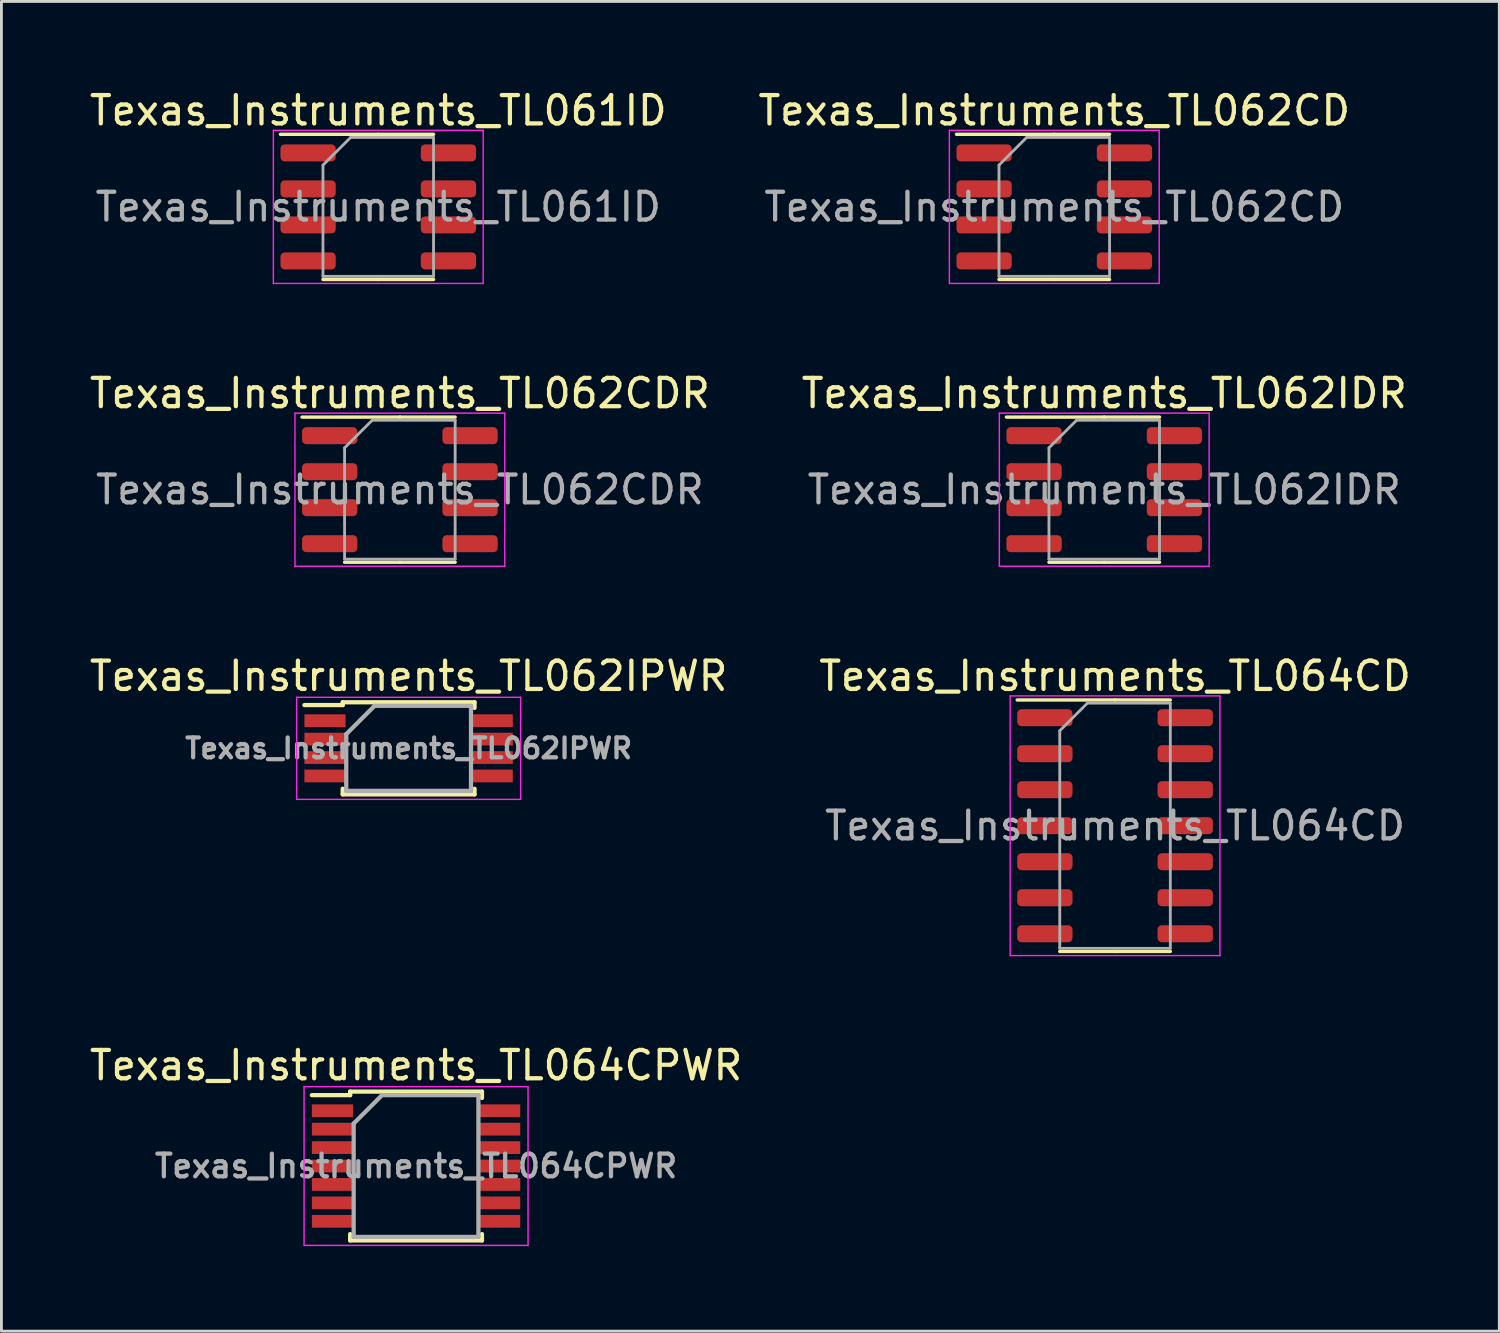
<source format=kicad_pcb>
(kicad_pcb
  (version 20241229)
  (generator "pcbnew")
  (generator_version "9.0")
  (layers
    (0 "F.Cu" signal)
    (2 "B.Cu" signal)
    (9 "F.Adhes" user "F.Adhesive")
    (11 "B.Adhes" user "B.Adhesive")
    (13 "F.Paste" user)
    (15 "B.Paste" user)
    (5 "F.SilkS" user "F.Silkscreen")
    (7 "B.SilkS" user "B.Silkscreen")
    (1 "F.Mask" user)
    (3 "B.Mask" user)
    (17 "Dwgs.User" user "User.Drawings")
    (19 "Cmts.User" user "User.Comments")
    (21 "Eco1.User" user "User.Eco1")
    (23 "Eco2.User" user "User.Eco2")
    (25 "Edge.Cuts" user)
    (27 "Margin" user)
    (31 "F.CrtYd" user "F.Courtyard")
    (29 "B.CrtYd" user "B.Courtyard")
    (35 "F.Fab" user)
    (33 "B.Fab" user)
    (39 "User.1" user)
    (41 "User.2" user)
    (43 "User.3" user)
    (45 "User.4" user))
  (footprint "Texas_Instruments_TL062IDR"
    (layer "F.Cu")
    (at 35.899 14.222)
    (property "Reference" "Texas_Instruments_TL062IDR" (at 0 -3.4 0) (layer "F.SilkS") (effects (font (size 1 1) (thickness 0.15))))
    (attr smd)
    (fp_line (start 0 -2.56) (end -3.45 -2.56) (stroke (width 0.12) (type solid)) (layer "F.SilkS"))
    (fp_line (start 0 -2.56) (end 1.95 -2.56) (stroke (width 0.12) (type solid)) (layer "F.SilkS"))
    (fp_line (start 0 2.56) (end -1.95 2.56) (stroke (width 0.12) (type solid)) (layer "F.SilkS"))
    (fp_line (start 0 2.56) (end 1.95 2.56) (stroke (width 0.12) (type solid)) (layer "F.SilkS"))
    (fp_line (start -3.7 -2.7) (end -3.7 2.7) (stroke (width 0.05) (type solid)) (layer "F.CrtYd"))
    (fp_line (start -3.7 2.7) (end 3.7 2.7) (stroke (width 0.05) (type solid)) (layer "F.CrtYd"))
    (fp_line (start 3.7 -2.7) (end -3.7 -2.7) (stroke (width 0.05) (type solid)) (layer "F.CrtYd"))
    (fp_line (start 3.7 2.7) (end 3.7 -2.7) (stroke (width 0.05) (type solid)) (layer "F.CrtYd"))
    (fp_line (start -1.95 -1.475) (end -0.975 -2.45) (stroke (width 0.1) (type solid)) (layer "F.Fab"))
    (fp_line (start -1.95 2.45) (end -1.95 -1.475) (stroke (width 0.1) (type solid)) (layer "F.Fab"))
    (fp_line (start -0.975 -2.45) (end 1.95 -2.45) (stroke (width 0.1) (type solid)) (layer "F.Fab"))
    (fp_line (start 1.95 -2.45) (end 1.95 2.45) (stroke (width 0.1) (type solid)) (layer "F.Fab"))
    (fp_line (start 1.95 2.45) (end -1.95 2.45) (stroke (width 0.1) (type solid)) (layer "F.Fab"))
    (fp_text user "${REFERENCE}" (at 0 0 0) (layer "F.Fab") (effects (font (size 0.98 0.98) (thickness 0.15))))
    (pad "1" smd roundrect (at -2.475 -1.905) (size 1.95 0.6) (layers "F.Cu" "F.Mask" "F.Paste") (roundrect_rratio 0.25))
    (pad "2" smd roundrect (at -2.475 -0.635) (size 1.95 0.6) (layers "F.Cu" "F.Mask" "F.Paste") (roundrect_rratio 0.25))
    (pad "3" smd roundrect (at -2.475 0.635) (size 1.95 0.6) (layers "F.Cu" "F.Mask" "F.Paste") (roundrect_rratio 0.25))
    (pad "4" smd roundrect (at -2.475 1.905) (size 1.95 0.6) (layers "F.Cu" "F.Mask" "F.Paste") (roundrect_rratio 0.25))
    (pad "5" smd roundrect (at 2.475 1.905) (size 1.95 0.6) (layers "F.Cu" "F.Mask" "F.Paste") (roundrect_rratio 0.25))
    (pad "6" smd roundrect (at 2.475 0.635) (size 1.95 0.6) (layers "F.Cu" "F.Mask" "F.Paste") (roundrect_rratio 0.25))
    (pad "7" smd roundrect (at 2.475 -0.635) (size 1.95 0.6) (layers "F.Cu" "F.Mask" "F.Paste") (roundrect_rratio 0.25))
    (pad "8" smd roundrect (at 2.475 -1.905) (size 1.95 0.6) (layers "F.Cu" "F.Mask" "F.Paste") (roundrect_rratio 0.25)))
  (footprint "Texas_Instruments_TL064CPWR"
    (layer "F.Cu")
    (at 11.625 38.078)
    (property "Reference" "Texas_Instruments_TL064CPWR" (at 0 -3.55 0) (layer "F.SilkS") (effects (font (size 1 1) (thickness 0.15))))
    (attr smd)
    (fp_line (start -2.325 -2.625) (end -2.325 -2.5) (stroke (width 0.15) (type solid)) (layer "F.SilkS"))
    (fp_line (start -2.325 -2.625) (end 2.325 -2.625) (stroke (width 0.15) (type solid)) (layer "F.SilkS"))
    (fp_line (start -2.325 -2.5) (end -3.675 -2.5) (stroke (width 0.15) (type solid)) (layer "F.SilkS"))
    (fp_line (start -2.325 2.625) (end -2.325 2.4) (stroke (width 0.15) (type solid)) (layer "F.SilkS"))
    (fp_line (start -2.325 2.625) (end 2.325 2.625) (stroke (width 0.15) (type solid)) (layer "F.SilkS"))
    (fp_line (start 2.325 -2.625) (end 2.325 -2.4) (stroke (width 0.15) (type solid)) (layer "F.SilkS"))
    (fp_line (start 2.325 2.625) (end 2.325 2.4) (stroke (width 0.15) (type solid)) (layer "F.SilkS"))
    (fp_line (start -3.95 -2.8) (end -3.95 2.8) (stroke (width 0.05) (type solid)) (layer "F.CrtYd"))
    (fp_line (start -3.95 -2.8) (end 3.95 -2.8) (stroke (width 0.05) (type solid)) (layer "F.CrtYd"))
    (fp_line (start -3.95 2.8) (end 3.95 2.8) (stroke (width 0.05) (type solid)) (layer "F.CrtYd"))
    (fp_line (start 3.95 -2.8) (end 3.95 2.8) (stroke (width 0.05) (type solid)) (layer "F.CrtYd"))
    (fp_line (start -2.2 -1.5) (end -1.2 -2.5) (stroke (width 0.15) (type solid)) (layer "F.Fab"))
    (fp_line (start -2.2 2.5) (end -2.2 -1.5) (stroke (width 0.15) (type solid)) (layer "F.Fab"))
    (fp_line (start -1.2 -2.5) (end 2.2 -2.5) (stroke (width 0.15) (type solid)) (layer "F.Fab"))
    (fp_line (start 2.2 -2.5) (end 2.2 2.5) (stroke (width 0.15) (type solid)) (layer "F.Fab"))
    (fp_line (start 2.2 2.5) (end -2.2 2.5) (stroke (width 0.15) (type solid)) (layer "F.Fab"))
    (fp_text user "${REFERENCE}" (at 0 0 0) (layer "F.Fab") (effects (font (size 0.8 0.8) (thickness 0.15))))
    (pad "1" smd rect (at -2.95 -1.95) (size 1.45 0.45) (layers "F.Cu" "F.Mask" "F.Paste"))
    (pad "2" smd rect (at -2.95 -1.3) (size 1.45 0.45) (layers "F.Cu" "F.Mask" "F.Paste"))
    (pad "3" smd rect (at -2.95 -0.65) (size 1.45 0.45) (layers "F.Cu" "F.Mask" "F.Paste"))
    (pad "4" smd rect (at -2.95 0) (size 1.45 0.45) (layers "F.Cu" "F.Mask" "F.Paste"))
    (pad "5" smd rect (at -2.95 0.65) (size 1.45 0.45) (layers "F.Cu" "F.Mask" "F.Paste"))
    (pad "6" smd rect (at -2.95 1.3) (size 1.45 0.45) (layers "F.Cu" "F.Mask" "F.Paste"))
    (pad "7" smd rect (at -2.95 1.95) (size 1.45 0.45) (layers "F.Cu" "F.Mask" "F.Paste"))
    (pad "8" smd rect (at 2.95 1.95) (size 1.45 0.45) (layers "F.Cu" "F.Mask" "F.Paste"))
    (pad "9" smd rect (at 2.95 1.3) (size 1.45 0.45) (layers "F.Cu" "F.Mask" "F.Paste"))
    (pad "10" smd rect (at 2.95 0.65) (size 1.45 0.45) (layers "F.Cu" "F.Mask" "F.Paste"))
    (pad "11" smd rect (at 2.95 0) (size 1.45 0.45) (layers "F.Cu" "F.Mask" "F.Paste"))
    (pad "12" smd rect (at 2.95 -0.65) (size 1.45 0.45) (layers "F.Cu" "F.Mask" "F.Paste"))
    (pad "13" smd rect (at 2.95 -1.3) (size 1.45 0.45) (layers "F.Cu" "F.Mask" "F.Paste"))
    (pad "14" smd rect (at 2.95 -1.95) (size 1.45 0.45) (layers "F.Cu" "F.Mask" "F.Paste")))
  (footprint "Texas_Instruments_TL062IPWR"
    (layer "F.Cu")
    (at 11.363 23.345)
    (property "Reference" "Texas_Instruments_TL062IPWR" (at 0 -2.55 0) (layer "F.SilkS") (effects (font (size 1 1) (thickness 0.15))))
    (attr smd)
    (fp_line (start -2.325 -1.625) (end -2.325 -1.525) (stroke (width 0.15) (type solid)) (layer "F.SilkS"))
    (fp_line (start -2.325 -1.625) (end 2.325 -1.625) (stroke (width 0.15) (type solid)) (layer "F.SilkS"))
    (fp_line (start -2.325 -1.525) (end -3.675 -1.525) (stroke (width 0.15) (type solid)) (layer "F.SilkS"))
    (fp_line (start -2.325 1.625) (end -2.325 1.425) (stroke (width 0.15) (type solid)) (layer "F.SilkS"))
    (fp_line (start -2.325 1.625) (end 2.325 1.625) (stroke (width 0.15) (type solid)) (layer "F.SilkS"))
    (fp_line (start 2.325 -1.625) (end 2.325 -1.425) (stroke (width 0.15) (type solid)) (layer "F.SilkS"))
    (fp_line (start 2.325 1.625) (end 2.325 1.425) (stroke (width 0.15) (type solid)) (layer "F.SilkS"))
    (fp_line (start -3.95 -1.8) (end -3.95 1.8) (stroke (width 0.05) (type solid)) (layer "F.CrtYd"))
    (fp_line (start -3.95 -1.8) (end 3.95 -1.8) (stroke (width 0.05) (type solid)) (layer "F.CrtYd"))
    (fp_line (start -3.95 1.8) (end 3.95 1.8) (stroke (width 0.05) (type solid)) (layer "F.CrtYd"))
    (fp_line (start 3.95 -1.8) (end 3.95 1.8) (stroke (width 0.05) (type solid)) (layer "F.CrtYd"))
    (fp_line (start -2.2 -0.5) (end -1.2 -1.5) (stroke (width 0.15) (type solid)) (layer "F.Fab"))
    (fp_line (start -2.2 1.5) (end -2.2 -0.5) (stroke (width 0.15) (type solid)) (layer "F.Fab"))
    (fp_line (start -1.2 -1.5) (end 2.2 -1.5) (stroke (width 0.15) (type solid)) (layer "F.Fab"))
    (fp_line (start 2.2 -1.5) (end 2.2 1.5) (stroke (width 0.15) (type solid)) (layer "F.Fab"))
    (fp_line (start 2.2 1.5) (end -2.2 1.5) (stroke (width 0.15) (type solid)) (layer "F.Fab"))
    (fp_text user "${REFERENCE}" (at 0 0 0) (layer "F.Fab") (effects (font (size 0.7 0.7) (thickness 0.15))))
    (pad "1" smd rect (at -2.95 -0.975) (size 1.45 0.45) (layers "F.Cu" "F.Mask" "F.Paste"))
    (pad "2" smd rect (at -2.95 -0.325) (size 1.45 0.45) (layers "F.Cu" "F.Mask" "F.Paste"))
    (pad "3" smd rect (at -2.95 0.325) (size 1.45 0.45) (layers "F.Cu" "F.Mask" "F.Paste"))
    (pad "4" smd rect (at -2.95 0.975) (size 1.45 0.45) (layers "F.Cu" "F.Mask" "F.Paste"))
    (pad "5" smd rect (at 2.95 0.975) (size 1.45 0.45) (layers "F.Cu" "F.Mask" "F.Paste"))
    (pad "6" smd rect (at 2.95 0.325) (size 1.45 0.45) (layers "F.Cu" "F.Mask" "F.Paste"))
    (pad "7" smd rect (at 2.95 -0.325) (size 1.45 0.45) (layers "F.Cu" "F.Mask" "F.Paste"))
    (pad "8" smd rect (at 2.95 -0.975) (size 1.45 0.45) (layers "F.Cu" "F.Mask" "F.Paste")))
  (footprint "Texas_Instruments_TL064CD"
    (layer "F.Cu")
    (at 36.28 26.075)
    (property "Reference" "Texas_Instruments_TL064CD" (at 0 -5.28 0) (layer "F.SilkS") (effects (font (size 1 1) (thickness 0.15))))
    (attr smd)
    (fp_line (start 0 -4.435) (end -3.45 -4.435) (stroke (width 0.12) (type solid)) (layer "F.SilkS"))
    (fp_line (start 0 -4.435) (end 1.95 -4.435) (stroke (width 0.12) (type solid)) (layer "F.SilkS"))
    (fp_line (start 0 4.435) (end -1.95 4.435) (stroke (width 0.12) (type solid)) (layer "F.SilkS"))
    (fp_line (start 0 4.435) (end 1.95 4.435) (stroke (width 0.12) (type solid)) (layer "F.SilkS"))
    (fp_line (start -3.7 -4.58) (end -3.7 4.58) (stroke (width 0.05) (type solid)) (layer "F.CrtYd"))
    (fp_line (start -3.7 4.58) (end 3.7 4.58) (stroke (width 0.05) (type solid)) (layer "F.CrtYd"))
    (fp_line (start 3.7 -4.58) (end -3.7 -4.58) (stroke (width 0.05) (type solid)) (layer "F.CrtYd"))
    (fp_line (start 3.7 4.58) (end 3.7 -4.58) (stroke (width 0.05) (type solid)) (layer "F.CrtYd"))
    (fp_line (start -1.95 -3.35) (end -0.975 -4.325) (stroke (width 0.1) (type solid)) (layer "F.Fab"))
    (fp_line (start -1.95 4.325) (end -1.95 -3.35) (stroke (width 0.1) (type solid)) (layer "F.Fab"))
    (fp_line (start -0.975 -4.325) (end 1.95 -4.325) (stroke (width 0.1) (type solid)) (layer "F.Fab"))
    (fp_line (start 1.95 -4.325) (end 1.95 4.325) (stroke (width 0.1) (type solid)) (layer "F.Fab"))
    (fp_line (start 1.95 4.325) (end -1.95 4.325) (stroke (width 0.1) (type solid)) (layer "F.Fab"))
    (fp_text user "${REFERENCE}" (at 0 0 0) (layer "F.Fab") (effects (font (size 0.98 0.98) (thickness 0.15))))
    (pad "1" smd roundrect (at -2.475 -3.81) (size 1.95 0.6) (layers "F.Cu" "F.Mask" "F.Paste") (roundrect_rratio 0.25))
    (pad "2" smd roundrect (at -2.475 -2.54) (size 1.95 0.6) (layers "F.Cu" "F.Mask" "F.Paste") (roundrect_rratio 0.25))
    (pad "3" smd roundrect (at -2.475 -1.27) (size 1.95 0.6) (layers "F.Cu" "F.Mask" "F.Paste") (roundrect_rratio 0.25))
    (pad "4" smd roundrect (at -2.475 0) (size 1.95 0.6) (layers "F.Cu" "F.Mask" "F.Paste") (roundrect_rratio 0.25))
    (pad "5" smd roundrect (at -2.475 1.27) (size 1.95 0.6) (layers "F.Cu" "F.Mask" "F.Paste") (roundrect_rratio 0.25))
    (pad "6" smd roundrect (at -2.475 2.54) (size 1.95 0.6) (layers "F.Cu" "F.Mask" "F.Paste") (roundrect_rratio 0.25))
    (pad "7" smd roundrect (at -2.475 3.81) (size 1.95 0.6) (layers "F.Cu" "F.Mask" "F.Paste") (roundrect_rratio 0.25))
    (pad "8" smd roundrect (at 2.475 3.81) (size 1.95 0.6) (layers "F.Cu" "F.Mask" "F.Paste") (roundrect_rratio 0.25))
    (pad "9" smd roundrect (at 2.475 2.54) (size 1.95 0.6) (layers "F.Cu" "F.Mask" "F.Paste") (roundrect_rratio 0.25))
    (pad "10" smd roundrect (at 2.475 1.27) (size 1.95 0.6) (layers "F.Cu" "F.Mask" "F.Paste") (roundrect_rratio 0.25))
    (pad "11" smd roundrect (at 2.475 0) (size 1.95 0.6) (layers "F.Cu" "F.Mask" "F.Paste") (roundrect_rratio 0.25))
    (pad "12" smd roundrect (at 2.475 -1.27) (size 1.95 0.6) (layers "F.Cu" "F.Mask" "F.Paste") (roundrect_rratio 0.25))
    (pad "13" smd roundrect (at 2.475 -2.54) (size 1.95 0.6) (layers "F.Cu" "F.Mask" "F.Paste") (roundrect_rratio 0.25))
    (pad "14" smd roundrect (at 2.475 -3.81) (size 1.95 0.6) (layers "F.Cu" "F.Mask" "F.Paste") (roundrect_rratio 0.25)))
  (footprint "Texas_Instruments_TL061ID"
    (layer "F.Cu")
    (at 10.292 4.248)
    (property "Reference" "Texas_Instruments_TL061ID" (at 0 -3.4 0) (layer "F.SilkS") (effects (font (size 1 1) (thickness 0.15))))
    (attr smd)
    (fp_line (start 0 -2.56) (end -3.45 -2.56) (stroke (width 0.12) (type solid)) (layer "F.SilkS"))
    (fp_line (start 0 -2.56) (end 1.95 -2.56) (stroke (width 0.12) (type solid)) (layer "F.SilkS"))
    (fp_line (start 0 2.56) (end -1.95 2.56) (stroke (width 0.12) (type solid)) (layer "F.SilkS"))
    (fp_line (start 0 2.56) (end 1.95 2.56) (stroke (width 0.12) (type solid)) (layer "F.SilkS"))
    (fp_line (start -3.7 -2.7) (end -3.7 2.7) (stroke (width 0.05) (type solid)) (layer "F.CrtYd"))
    (fp_line (start -3.7 2.7) (end 3.7 2.7) (stroke (width 0.05) (type solid)) (layer "F.CrtYd"))
    (fp_line (start 3.7 -2.7) (end -3.7 -2.7) (stroke (width 0.05) (type solid)) (layer "F.CrtYd"))
    (fp_line (start 3.7 2.7) (end 3.7 -2.7) (stroke (width 0.05) (type solid)) (layer "F.CrtYd"))
    (fp_line (start -1.95 -1.475) (end -0.975 -2.45) (stroke (width 0.1) (type solid)) (layer "F.Fab"))
    (fp_line (start -1.95 2.45) (end -1.95 -1.475) (stroke (width 0.1) (type solid)) (layer "F.Fab"))
    (fp_line (start -0.975 -2.45) (end 1.95 -2.45) (stroke (width 0.1) (type solid)) (layer "F.Fab"))
    (fp_line (start 1.95 -2.45) (end 1.95 2.45) (stroke (width 0.1) (type solid)) (layer "F.Fab"))
    (fp_line (start 1.95 2.45) (end -1.95 2.45) (stroke (width 0.1) (type solid)) (layer "F.Fab"))
    (fp_text user "${REFERENCE}" (at 0 0 0) (layer "F.Fab") (effects (font (size 0.98 0.98) (thickness 0.15))))
    (pad "1" smd roundrect (at -2.475 -1.905) (size 1.95 0.6) (layers "F.Cu" "F.Mask" "F.Paste") (roundrect_rratio 0.25))
    (pad "2" smd roundrect (at -2.475 -0.635) (size 1.95 0.6) (layers "F.Cu" "F.Mask" "F.Paste") (roundrect_rratio 0.25))
    (pad "3" smd roundrect (at -2.475 0.635) (size 1.95 0.6) (layers "F.Cu" "F.Mask" "F.Paste") (roundrect_rratio 0.25))
    (pad "4" smd roundrect (at -2.475 1.905) (size 1.95 0.6) (layers "F.Cu" "F.Mask" "F.Paste") (roundrect_rratio 0.25))
    (pad "5" smd roundrect (at 2.475 1.905) (size 1.95 0.6) (layers "F.Cu" "F.Mask" "F.Paste") (roundrect_rratio 0.25))
    (pad "6" smd roundrect (at 2.475 0.635) (size 1.95 0.6) (layers "F.Cu" "F.Mask" "F.Paste") (roundrect_rratio 0.25))
    (pad "7" smd roundrect (at 2.475 -0.635) (size 1.95 0.6) (layers "F.Cu" "F.Mask" "F.Paste") (roundrect_rratio 0.25))
    (pad "8" smd roundrect (at 2.475 -1.905) (size 1.95 0.6) (layers "F.Cu" "F.Mask" "F.Paste") (roundrect_rratio 0.25)))
  (footprint "Texas_Instruments_TL062CD"
    (layer "F.Cu")
    (at 34.137 4.248)
    (property "Reference" "Texas_Instruments_TL062CD" (at 0 -3.4 0) (layer "F.SilkS") (effects (font (size 1 1) (thickness 0.15))))
    (attr smd)
    (fp_line (start 0 -2.56) (end -3.45 -2.56) (stroke (width 0.12) (type solid)) (layer "F.SilkS"))
    (fp_line (start 0 -2.56) (end 1.95 -2.56) (stroke (width 0.12) (type solid)) (layer "F.SilkS"))
    (fp_line (start 0 2.56) (end -1.95 2.56) (stroke (width 0.12) (type solid)) (layer "F.SilkS"))
    (fp_line (start 0 2.56) (end 1.95 2.56) (stroke (width 0.12) (type solid)) (layer "F.SilkS"))
    (fp_line (start -3.7 -2.7) (end -3.7 2.7) (stroke (width 0.05) (type solid)) (layer "F.CrtYd"))
    (fp_line (start -3.7 2.7) (end 3.7 2.7) (stroke (width 0.05) (type solid)) (layer "F.CrtYd"))
    (fp_line (start 3.7 -2.7) (end -3.7 -2.7) (stroke (width 0.05) (type solid)) (layer "F.CrtYd"))
    (fp_line (start 3.7 2.7) (end 3.7 -2.7) (stroke (width 0.05) (type solid)) (layer "F.CrtYd"))
    (fp_line (start -1.95 -1.475) (end -0.975 -2.45) (stroke (width 0.1) (type solid)) (layer "F.Fab"))
    (fp_line (start -1.95 2.45) (end -1.95 -1.475) (stroke (width 0.1) (type solid)) (layer "F.Fab"))
    (fp_line (start -0.975 -2.45) (end 1.95 -2.45) (stroke (width 0.1) (type solid)) (layer "F.Fab"))
    (fp_line (start 1.95 -2.45) (end 1.95 2.45) (stroke (width 0.1) (type solid)) (layer "F.Fab"))
    (fp_line (start 1.95 2.45) (end -1.95 2.45) (stroke (width 0.1) (type solid)) (layer "F.Fab"))
    (fp_text user "${REFERENCE}" (at 0 0 0) (layer "F.Fab") (effects (font (size 0.98 0.98) (thickness 0.15))))
    (pad "1" smd roundrect (at -2.475 -1.905) (size 1.95 0.6) (layers "F.Cu" "F.Mask" "F.Paste") (roundrect_rratio 0.25))
    (pad "2" smd roundrect (at -2.475 -0.635) (size 1.95 0.6) (layers "F.Cu" "F.Mask" "F.Paste") (roundrect_rratio 0.25))
    (pad "3" smd roundrect (at -2.475 0.635) (size 1.95 0.6) (layers "F.Cu" "F.Mask" "F.Paste") (roundrect_rratio 0.25))
    (pad "4" smd roundrect (at -2.475 1.905) (size 1.95 0.6) (layers "F.Cu" "F.Mask" "F.Paste") (roundrect_rratio 0.25))
    (pad "5" smd roundrect (at 2.475 1.905) (size 1.95 0.6) (layers "F.Cu" "F.Mask" "F.Paste") (roundrect_rratio 0.25))
    (pad "6" smd roundrect (at 2.475 0.635) (size 1.95 0.6) (layers "F.Cu" "F.Mask" "F.Paste") (roundrect_rratio 0.25))
    (pad "7" smd roundrect (at 2.475 -0.635) (size 1.95 0.6) (layers "F.Cu" "F.Mask" "F.Paste") (roundrect_rratio 0.25))
    (pad "8" smd roundrect (at 2.475 -1.905) (size 1.95 0.6) (layers "F.Cu" "F.Mask" "F.Paste") (roundrect_rratio 0.25)))
  (footprint "Texas_Instruments_TL062CDR"
    (layer "F.Cu")
    (at 11.054 14.222)
    (property "Reference" "Texas_Instruments_TL062CDR" (at 0 -3.4 0) (layer "F.SilkS") (effects (font (size 1 1) (thickness 0.15))))
    (attr smd)
    (fp_line (start 0 -2.56) (end -3.45 -2.56) (stroke (width 0.12) (type solid)) (layer "F.SilkS"))
    (fp_line (start 0 -2.56) (end 1.95 -2.56) (stroke (width 0.12) (type solid)) (layer "F.SilkS"))
    (fp_line (start 0 2.56) (end -1.95 2.56) (stroke (width 0.12) (type solid)) (layer "F.SilkS"))
    (fp_line (start 0 2.56) (end 1.95 2.56) (stroke (width 0.12) (type solid)) (layer "F.SilkS"))
    (fp_line (start -3.7 -2.7) (end -3.7 2.7) (stroke (width 0.05) (type solid)) (layer "F.CrtYd"))
    (fp_line (start -3.7 2.7) (end 3.7 2.7) (stroke (width 0.05) (type solid)) (layer "F.CrtYd"))
    (fp_line (start 3.7 -2.7) (end -3.7 -2.7) (stroke (width 0.05) (type solid)) (layer "F.CrtYd"))
    (fp_line (start 3.7 2.7) (end 3.7 -2.7) (stroke (width 0.05) (type solid)) (layer "F.CrtYd"))
    (fp_line (start -1.95 -1.475) (end -0.975 -2.45) (stroke (width 0.1) (type solid)) (layer "F.Fab"))
    (fp_line (start -1.95 2.45) (end -1.95 -1.475) (stroke (width 0.1) (type solid)) (layer "F.Fab"))
    (fp_line (start -0.975 -2.45) (end 1.95 -2.45) (stroke (width 0.1) (type solid)) (layer "F.Fab"))
    (fp_line (start 1.95 -2.45) (end 1.95 2.45) (stroke (width 0.1) (type solid)) (layer "F.Fab"))
    (fp_line (start 1.95 2.45) (end -1.95 2.45) (stroke (width 0.1) (type solid)) (layer "F.Fab"))
    (fp_text user "${REFERENCE}" (at 0 0 0) (layer "F.Fab") (effects (font (size 0.98 0.98) (thickness 0.15))))
    (pad "1" smd roundrect (at -2.475 -1.905) (size 1.95 0.6) (layers "F.Cu" "F.Mask" "F.Paste") (roundrect_rratio 0.25))
    (pad "2" smd roundrect (at -2.475 -0.635) (size 1.95 0.6) (layers "F.Cu" "F.Mask" "F.Paste") (roundrect_rratio 0.25))
    (pad "3" smd roundrect (at -2.475 0.635) (size 1.95 0.6) (layers "F.Cu" "F.Mask" "F.Paste") (roundrect_rratio 0.25))
    (pad "4" smd roundrect (at -2.475 1.905) (size 1.95 0.6) (layers "F.Cu" "F.Mask" "F.Paste") (roundrect_rratio 0.25))
    (pad "5" smd roundrect (at 2.475 1.905) (size 1.95 0.6) (layers "F.Cu" "F.Mask" "F.Paste") (roundrect_rratio 0.25))
    (pad "6" smd roundrect (at 2.475 0.635) (size 1.95 0.6) (layers "F.Cu" "F.Mask" "F.Paste") (roundrect_rratio 0.25))
    (pad "7" smd roundrect (at 2.475 -0.635) (size 1.95 0.6) (layers "F.Cu" "F.Mask" "F.Paste") (roundrect_rratio 0.25))
    (pad "8" smd roundrect (at 2.475 -1.905) (size 1.95 0.6) (layers "F.Cu" "F.Mask" "F.Paste") (roundrect_rratio 0.25)))
  (gr_rect
    (start -3 -3)
    (end 49.833 43.903)
    (stroke (width 0.1) (type default))
    (fill no)
    (layer "Edge.Cuts")))
</source>
